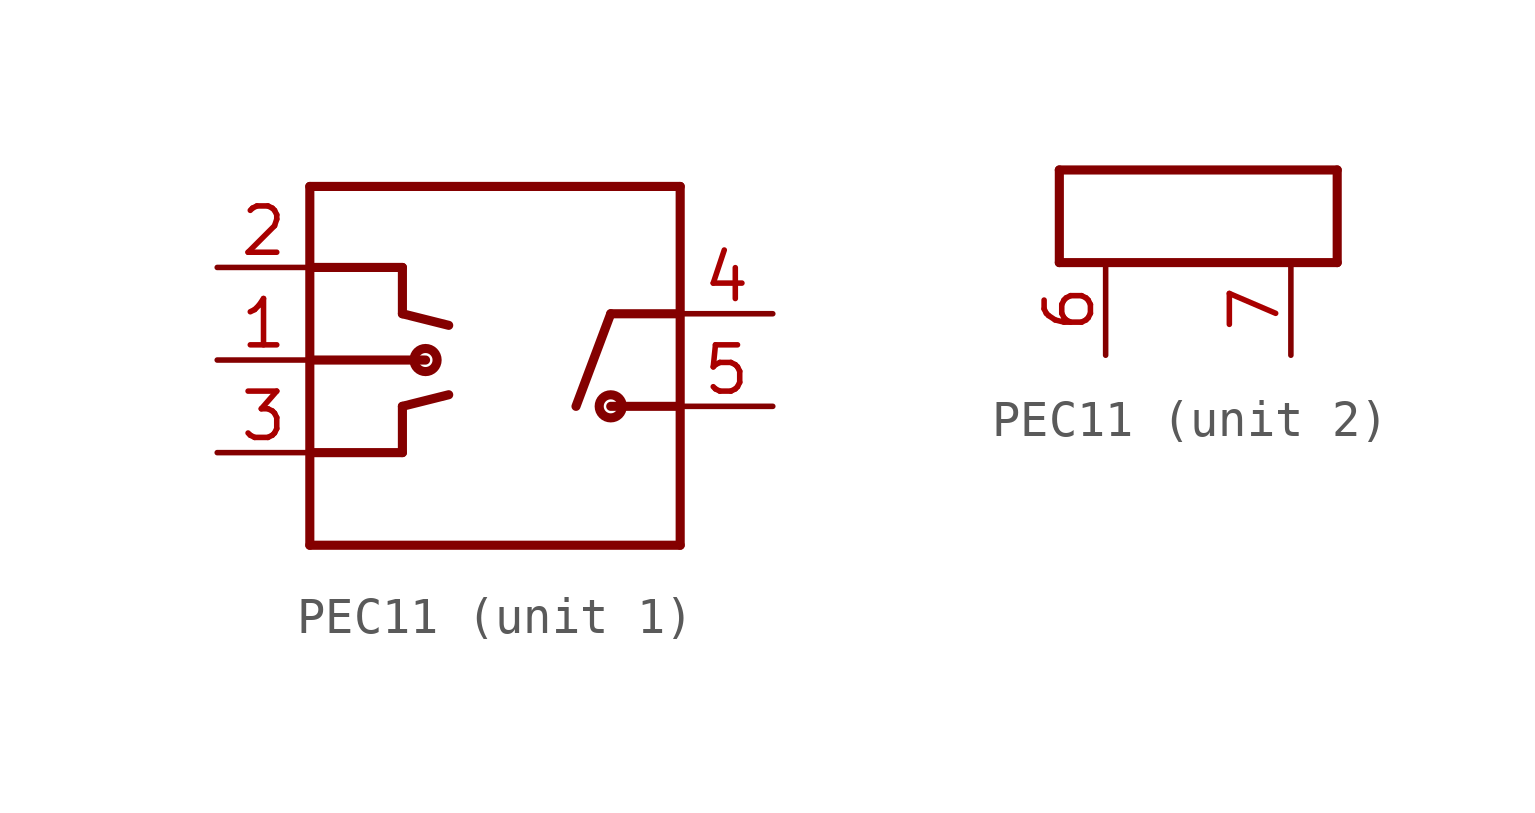
<source format=kicad_sym>
(kicad_symbol_lib
  (version 20231120)
  (generator "kicad_symbol_editor")
  (generator_version "8.0")
  (symbol "PEC11"
    (property "Reference" "E"
      (at 0 0 0)
      (effects (font (size 1.27 1.27)) (hide yes)))
    (property "ki_locked" ""
      (at 0 0 0)
      (effects (font (size 1.27 1.27))))
    (symbol "PEC11_1_0"
      (circle (center -3.175 0) (radius 0.317) (stroke (width 0.25) (type solid)) (fill (type none)))
      (polyline (pts (xy -6.35 -5.08) (xy -6.35 4.762)) (stroke (width 0.25) (type solid)) (fill (type none)))
      (polyline (pts (xy -6.35 0) (xy -3.175 0)) (stroke (width 0.25) (type solid)) (fill (type none)))
      (polyline (pts (xy -6.35 2.54) (xy -3.81 2.54)) (stroke (width 0.25) (type solid)) (fill (type none)))
      (polyline (pts (xy -6.35 4.762) (xy 3.81 4.762)) (stroke (width 0.25) (type solid)) (fill (type none)))
      (polyline (pts (xy -3.81 -2.54) (xy -6.35 -2.54)) (stroke (width 0.25) (type solid)) (fill (type none)))
      (polyline (pts (xy -3.81 -1.27) (xy -3.81 -2.54)) (stroke (width 0.25) (type solid)) (fill (type none)))
      (polyline (pts (xy -3.81 -1.27) (xy -2.54 -0.952)) (stroke (width 0.25) (type solid)) (fill (type none)))
      (polyline (pts (xy -3.81 1.27) (xy -2.54 0.952)) (stroke (width 0.25) (type solid)) (fill (type none)))
      (polyline (pts (xy -3.81 2.54) (xy -3.81 1.27)) (stroke (width 0.25) (type solid)) (fill (type none)))
      (polyline (pts (xy 1.905 -1.27) (xy 3.81 -1.27)) (stroke (width 0.25) (type solid)) (fill (type none)))
      (polyline (pts (xy 1.905 1.27) (xy 0.952 -1.27)) (stroke (width 0.25) (type solid)) (fill (type none)))
      (polyline (pts (xy 3.81 -5.08) (xy -6.35 -5.08)) (stroke (width 0.25) (type solid)) (fill (type none)))
      (polyline (pts (xy 3.81 1.27) (xy 1.905 1.27)) (stroke (width 0.25) (type solid)) (fill (type none)))
      (polyline (pts (xy 3.81 4.762) (xy 3.81 -5.08)) (stroke (width 0.25) (type solid)) (fill (type none)))
      (circle (center 1.905 -1.27) (radius 0.317) (stroke (width 0.25) (type solid)) (fill (type none)))
      (pin passive line (at -8.89 0 0) (length 2.54) (name "1" (effects (font (size 0 0)))) (number "1" (effects (font (size 1.27 1.27)))))
      (pin passive line (at -8.89 2.54 0) (length 2.54) (name "2" (effects (font (size 0 0)))) (number "2" (effects (font (size 1.27 1.27)))))
      (pin passive line (at -8.89 -2.54 0) (length 2.54) (name "3" (effects (font (size 0 0)))) (number "3" (effects (font (size 1.27 1.27)))))
      (pin passive line (at 6.35 1.27 180) (length 2.54) (name "4" (effects (font (size 0 0)))) (number "4" (effects (font (size 1.27 1.27)))))
      (pin passive line (at 6.35 -1.27 180) (length 2.54) (name "5" (effects (font (size 0 0)))) (number "5" (effects (font (size 1.27 1.27))))))
    (symbol "PEC11_2_0"
      (polyline (pts (xy -3.81 -1.27) (xy -3.81 1.27)) (stroke (width 0.25) (type solid)) (fill (type none)))
      (polyline (pts (xy -3.81 1.27) (xy 3.81 1.27)) (stroke (width 0.25) (type solid)) (fill (type none)))
      (polyline (pts (xy 3.81 -1.27) (xy -3.81 -1.27)) (stroke (width 0.25) (type solid)) (fill (type none)))
      (polyline (pts (xy 3.81 1.27) (xy 3.81 -1.27)) (stroke (width 0.25) (type solid)) (fill (type none)))
      (pin power_in line (at -2.54 -3.81 90) (length 2.54) (name "gnd@1" (effects (font (size 0 0)))) (number "6" (effects (font (size 1.27 1.27)))))
      (pin power_in line (at 2.54 -3.81 90) (length 2.54) (name "gnd@2" (effects (font (size 0 0)))) (number "7" (effects (font (size 1.27 1.27))))))))
</source>
